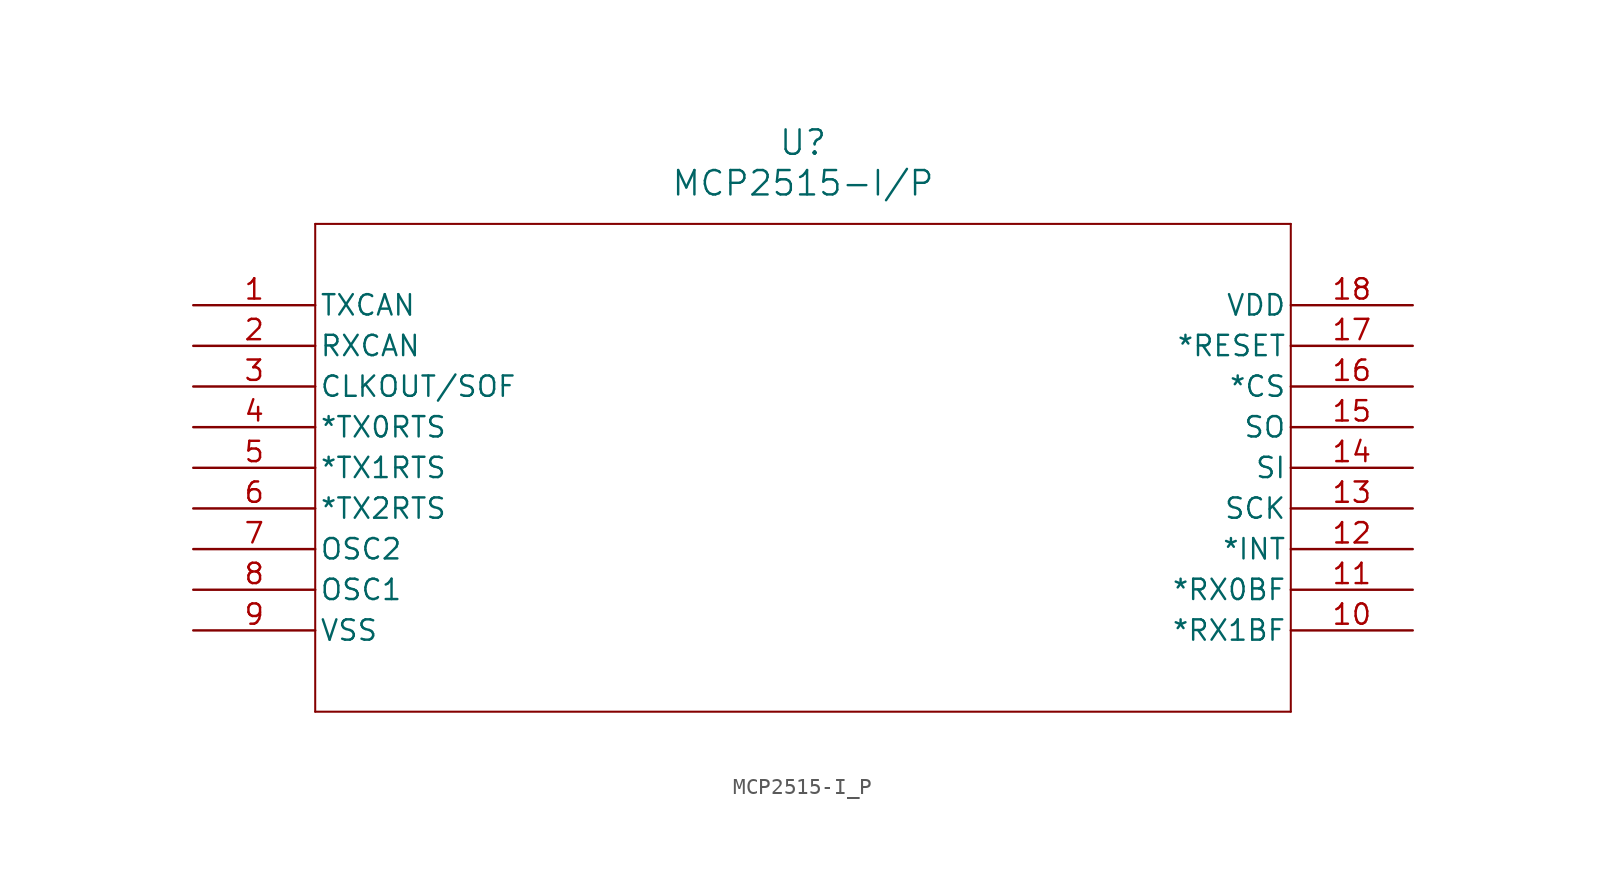
<source format=kicad_sym>
(kicad_symbol_lib
  (version 20211014)
  (generator kicad_symbol_editor)
  (symbol "MCP2515-I_P"
    (pin_names
      (offset 0.254))
    (property "Reference" "U"
      (at 38.1 10.16 0)
      (effects (font (size 1.524 1.524))))
    (property "Value" "MCP2515-I/P"
      (at 38.1 7.62 0)
      (effects (font (size 1.524 1.524))))
    (symbol "MCP2515-I_P_0_1"
      (polyline (pts (xy 7.62 5.08) (xy 7.62 -25.4)) (stroke (width 0.127) (type default) (color 0 0 0 0)) (fill (type none)))
      (polyline (pts (xy 7.62 -25.4) (xy 68.58 -25.4)) (stroke (width 0.127) (type default) (color 0 0 0 0)) (fill (type none)))
      (polyline (pts (xy 68.58 -25.4) (xy 68.58 5.08)) (stroke (width 0.127) (type default) (color 0 0 0 0)) (fill (type none)))
      (polyline (pts (xy 68.58 5.08) (xy 7.62 5.08)) (stroke (width 0.127) (type default) (color 0 0 0 0)) (fill (type none)))
      (pin unspecified line (at 0 0 0) (length 7.62) (name "TXCAN" (effects (font (size 1.27 1.27)))) (number "1" (effects (font (size 1.27 1.27)))))
      (pin unspecified line (at 0 -2.54 0) (length 7.62) (name "RXCAN" (effects (font (size 1.27 1.27)))) (number "2" (effects (font (size 1.27 1.27)))))
      (pin unspecified line (at 0 -5.08 0) (length 7.62) (name "CLKOUT/SOF" (effects (font (size 1.27 1.27)))) (number "3" (effects (font (size 1.27 1.27)))))
      (pin unspecified line (at 0 -7.62 0) (length 7.62) (name "*TX0RTS" (effects (font (size 1.27 1.27)))) (number "4" (effects (font (size 1.27 1.27)))))
      (pin unspecified line (at 0 -10.16 0) (length 7.62) (name "*TX1RTS" (effects (font (size 1.27 1.27)))) (number "5" (effects (font (size 1.27 1.27)))))
      (pin unspecified line (at 0 -12.7 0) (length 7.62) (name "*TX2RTS" (effects (font (size 1.27 1.27)))) (number "6" (effects (font (size 1.27 1.27)))))
      (pin unspecified line (at 0 -15.24 0) (length 7.62) (name "OSC2" (effects (font (size 1.27 1.27)))) (number "7" (effects (font (size 1.27 1.27)))))
      (pin unspecified line (at 0 -17.78 0) (length 7.62) (name "OSC1" (effects (font (size 1.27 1.27)))) (number "8" (effects (font (size 1.27 1.27)))))
      (pin unspecified line (at 0 -20.32 0) (length 7.62) (name "VSS" (effects (font (size 1.27 1.27)))) (number "9" (effects (font (size 1.27 1.27)))))
      (pin unspecified line (at 76.2 -20.32 180) (length 7.62) (name "*RX1BF" (effects (font (size 1.27 1.27)))) (number "10" (effects (font (size 1.27 1.27)))))
      (pin unspecified line (at 76.2 -17.78 180) (length 7.62) (name "*RX0BF" (effects (font (size 1.27 1.27)))) (number "11" (effects (font (size 1.27 1.27)))))
      (pin unspecified line (at 76.2 -15.24 180) (length 7.62) (name "*INT" (effects (font (size 1.27 1.27)))) (number "12" (effects (font (size 1.27 1.27)))))
      (pin unspecified line (at 76.2 -12.7 180) (length 7.62) (name "SCK" (effects (font (size 1.27 1.27)))) (number "13" (effects (font (size 1.27 1.27)))))
      (pin unspecified line (at 76.2 -10.16 180) (length 7.62) (name "SI" (effects (font (size 1.27 1.27)))) (number "14" (effects (font (size 1.27 1.27)))))
      (pin unspecified line (at 76.2 -7.62 180) (length 7.62) (name "SO" (effects (font (size 1.27 1.27)))) (number "15" (effects (font (size 1.27 1.27)))))
      (pin unspecified line (at 76.2 -5.08 180) (length 7.62) (name "*CS" (effects (font (size 1.27 1.27)))) (number "16" (effects (font (size 1.27 1.27)))))
      (pin unspecified line (at 76.2 -2.54 180) (length 7.62) (name "*RESET" (effects (font (size 1.27 1.27)))) (number "17" (effects (font (size 1.27 1.27)))))
      (pin unspecified line (at 76.2 0 180) (length 7.62) (name "VDD" (effects (font (size 1.27 1.27)))) (number "18" (effects (font (size 1.27 1.27))))))))
</source>
